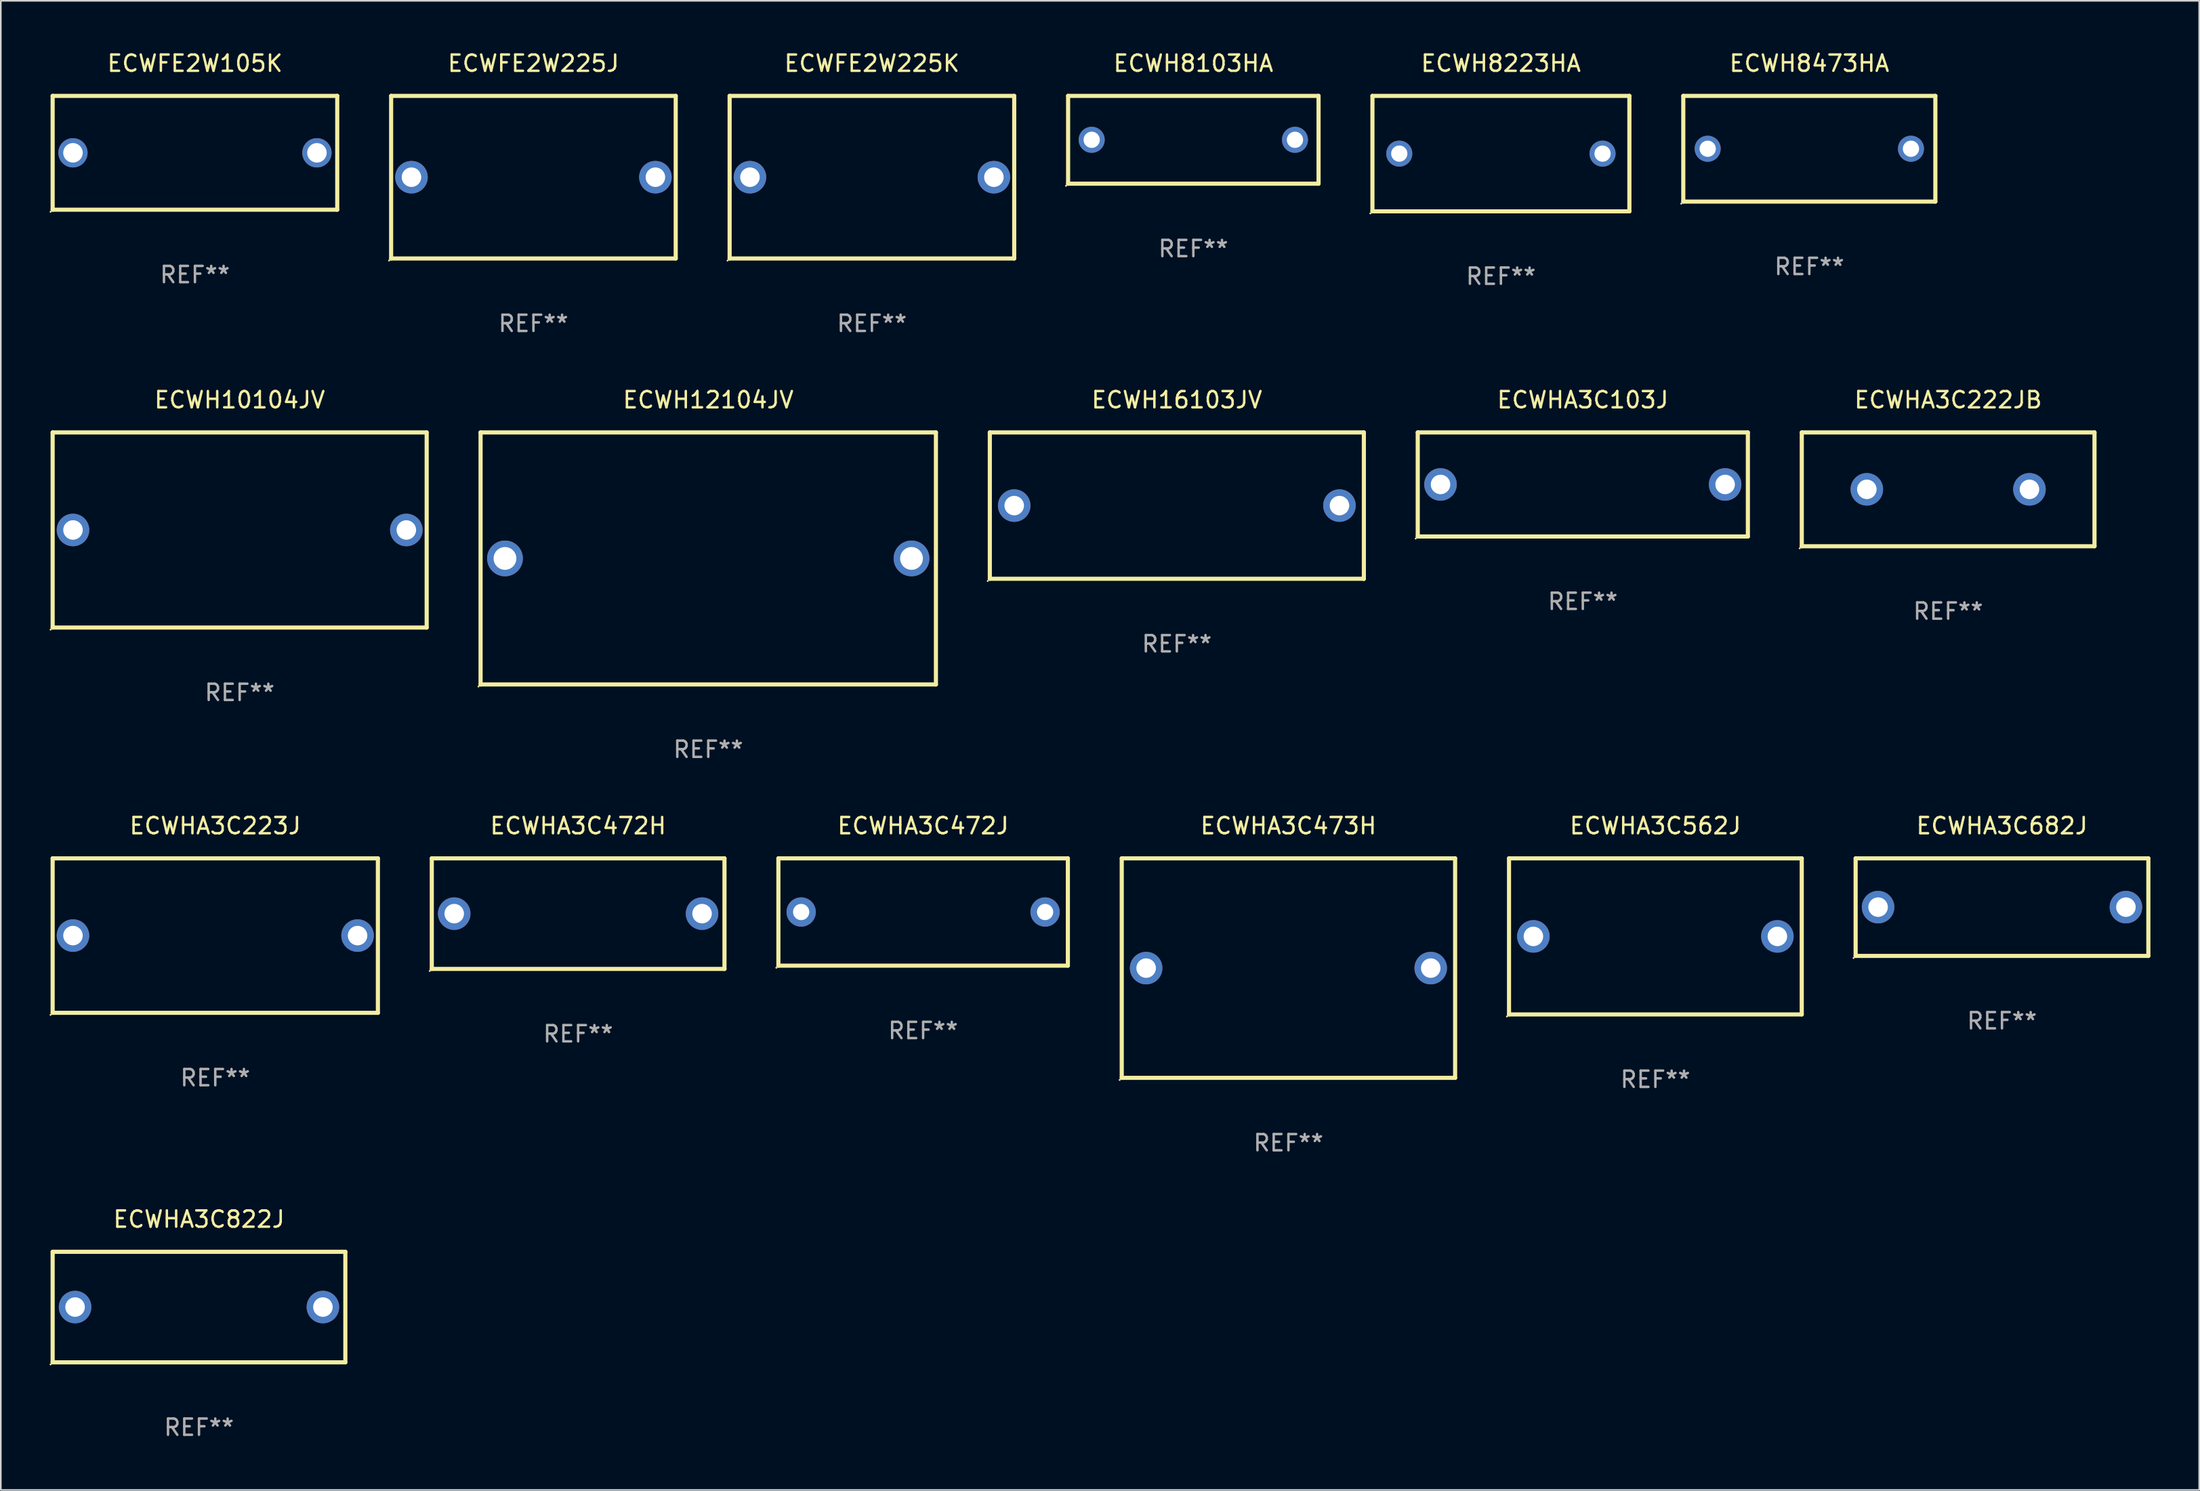
<source format=kicad_pcb>
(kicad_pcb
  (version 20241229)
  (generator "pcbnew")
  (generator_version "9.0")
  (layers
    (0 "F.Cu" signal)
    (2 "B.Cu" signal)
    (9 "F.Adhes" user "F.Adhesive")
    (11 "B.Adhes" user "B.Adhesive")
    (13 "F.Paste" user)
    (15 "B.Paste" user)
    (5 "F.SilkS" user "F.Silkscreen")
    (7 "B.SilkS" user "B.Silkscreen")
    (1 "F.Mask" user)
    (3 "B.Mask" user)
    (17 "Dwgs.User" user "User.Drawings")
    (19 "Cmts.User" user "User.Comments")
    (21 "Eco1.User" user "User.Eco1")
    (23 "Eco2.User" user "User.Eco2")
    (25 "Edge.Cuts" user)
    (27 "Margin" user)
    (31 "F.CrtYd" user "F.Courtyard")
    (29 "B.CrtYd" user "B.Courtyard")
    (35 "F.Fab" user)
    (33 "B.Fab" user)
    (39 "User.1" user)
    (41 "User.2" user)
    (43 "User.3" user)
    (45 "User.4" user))
  (footprint "ECWHA3C222JB"
    (layer "F.Cu")
    (at 116.743 27.045)
    (property "Reference" "ECWHA3C222JB" (at 0 -5.5 0) (layer "F.SilkS") (effects (font (size 1 1) (thickness 0.15))))
    (attr through_hole)
    (fp_line (start -9 -3.5) (end 9 -3.5) (stroke (width 0.254) (type solid)) (layer "F.SilkS"))
    (fp_line (start -9 3.5) (end -9 -3.5) (stroke (width 0.254) (type solid)) (layer "F.SilkS"))
    (fp_line (start 9 -3.5) (end 9 3.5) (stroke (width 0.254) (type solid)) (layer "F.SilkS"))
    (fp_line (start 9 3.5) (end -9 3.5) (stroke (width 0.254) (type solid)) (layer "F.SilkS"))
    (fp_circle (center -9.127 3.627) (end -9.097 3.627) (stroke (width 0.06) (type solid)) (fill no) (layer "F.SilkS"))
    (fp_text user "REF**" (at 0 7.5 0) (layer "F.Fab") (effects (font (size 1 1) (thickness 0.15))))
    (pad "1" thru_hole circle (at -5 0) (size 2 2) (drill 1.2) (layers "*.Cu" "*.Mask"))
    (pad "2" thru_hole circle (at 5 0) (size 2 2) (drill 1.2) (layers "*.Cu" "*.Mask")))
  (footprint "ECWHA3C472J"
    (layer "F.Cu")
    (at 53.714 53.041)
    (property "Reference" "ECWHA3C472J" (at 0 -5.3 0) (layer "F.SilkS") (effects (font (size 1 1) (thickness 0.15))))
    (attr through_hole)
    (fp_line (start -8.9 -3.3) (end -8.9 3.3) (stroke (width 0.254) (type solid)) (layer "F.SilkS"))
    (fp_line (start -8.9 -3.3) (end 8.9 -3.3) (stroke (width 0.254) (type solid)) (layer "F.SilkS"))
    (fp_line (start -8.9 3.3) (end 8.9 3.3) (stroke (width 0.254) (type solid)) (layer "F.SilkS"))
    (fp_line (start 8.9 -3.3) (end 8.9 3.3) (stroke (width 0.254) (type solid)) (layer "F.SilkS"))
    (fp_circle (center -9.027 3.427) (end -8.997 3.427) (stroke (width 0.06) (type solid)) (fill no) (layer "F.SilkS"))
    (fp_text user "REF**" (at 0 7.3 0) (layer "F.Fab") (effects (font (size 1 1) (thickness 0.15))))
    (pad "1" thru_hole circle (at -7.5 0) (size 1.8 1.8) (drill 1) (layers "*.Cu" "*.Mask"))
    (pad "2" thru_hole circle (at 7.5 0) (size 1.8 1.8) (drill 1) (layers "*.Cu" "*.Mask")))
  (footprint "ECWH8223HA"
    (layer "F.Cu")
    (at 89.243 6.398)
    (property "Reference" "ECWH8223HA" (at 0 -5.55 0) (layer "F.SilkS") (effects (font (size 1 1) (thickness 0.15))))
    (attr through_hole)
    (fp_line (start -7.9 -3.55) (end -7.9 3.55) (stroke (width 0.254) (type solid)) (layer "F.SilkS"))
    (fp_line (start -7.9 -3.55) (end 7.9 -3.55) (stroke (width 0.254) (type solid)) (layer "F.SilkS"))
    (fp_line (start -7.9 3.55) (end 7.9 3.55) (stroke (width 0.254) (type solid)) (layer "F.SilkS"))
    (fp_line (start 7.9 -3.55) (end 7.9 3.55) (stroke (width 0.254) (type solid)) (layer "F.SilkS"))
    (fp_circle (center -8.027 3.677) (end -7.997 3.677) (stroke (width 0.06) (type solid)) (fill no) (layer "F.SilkS"))
    (fp_text user "REF**" (at 0 7.55 0) (layer "F.Fab") (effects (font (size 1 1) (thickness 0.15))))
    (pad "1" thru_hole circle (at -6.25 0) (size 1.6 1.6) (drill 1) (layers "*.Cu" "*.Mask"))
    (pad "2" thru_hole circle (at 6.25 0) (size 1.6 1.6) (drill 1) (layers "*.Cu" "*.Mask")))
  (footprint "ECWFE2W105K"
    (layer "F.Cu")
    (at 8.937 6.348)
    (property "Reference" "ECWFE2W105K" (at 0 -5.5 0) (layer "F.SilkS") (effects (font (size 1 1) (thickness 0.15))))
    (attr through_hole)
    (fp_line (start -8.75 -3.5) (end 8.75 -3.5) (stroke (width 0.254) (type solid)) (layer "F.SilkS"))
    (fp_line (start -8.75 3.5) (end -8.75 -3.5) (stroke (width 0.254) (type solid)) (layer "F.SilkS"))
    (fp_line (start 8.75 -3.5) (end 8.75 3.5) (stroke (width 0.254) (type solid)) (layer "F.SilkS"))
    (fp_line (start 8.75 3.5) (end -8.75 3.5) (stroke (width 0.254) (type solid)) (layer "F.SilkS"))
    (fp_circle (center -8.877 3.627) (end -8.847 3.627) (stroke (width 0.06) (type solid)) (fill no) (layer "F.SilkS"))
    (fp_text user "REF**" (at 0 7.5 0) (layer "F.Fab") (effects (font (size 1 1) (thickness 0.15))))
    (pad "1" thru_hole circle (at -7.501 0) (size 1.8 1.8) (drill 1.2) (layers "*.Cu" "*.Mask"))
    (pad "2" thru_hole circle (at 7.501 0) (size 1.8 1.8) (drill 1.2) (layers "*.Cu" "*.Mask")))
  (footprint "ECWHA3C562J"
    (layer "F.Cu")
    (at 98.741 54.541)
    (property "Reference" "ECWHA3C562J" (at 0 -6.8 0) (layer "F.SilkS") (effects (font (size 1 1) (thickness 0.15))))
    (attr through_hole)
    (fp_line (start -9 -4.8) (end 9 -4.8) (stroke (width 0.254) (type solid)) (layer "F.SilkS"))
    (fp_line (start -9 4.8) (end -9 -4.8) (stroke (width 0.254) (type solid)) (layer "F.SilkS"))
    (fp_line (start 9 -4.8) (end 9 4.8) (stroke (width 0.254) (type solid)) (layer "F.SilkS"))
    (fp_line (start 9 4.8) (end -9 4.8) (stroke (width 0.254) (type solid)) (layer "F.SilkS"))
    (fp_circle (center -9.127 4.927) (end -9.097 4.927) (stroke (width 0.06) (type solid)) (fill no) (layer "F.SilkS"))
    (fp_text user "REF**" (at 0 8.8 0) (layer "F.Fab") (effects (font (size 1 1) (thickness 0.15))))
    (pad "1" thru_hole circle (at -7.501 0) (size 2 2) (drill 1.2) (layers "*.Cu" "*.Mask"))
    (pad "2" thru_hole circle (at 7.501 0) (size 2 2) (drill 1.2) (layers "*.Cu" "*.Mask")))
  (footprint "ECWHA3C822J"
    (layer "F.Cu")
    (at 9.186 77.338)
    (property "Reference" "ECWHA3C822J" (at 0 -5.4 0) (layer "F.SilkS") (effects (font (size 1 1) (thickness 0.15))))
    (attr through_hole)
    (fp_line (start -8.999 -3.4) (end 8.999 -3.4) (stroke (width 0.254) (type solid)) (layer "F.SilkS"))
    (fp_line (start -8.999 3.4) (end -8.999 -3.4) (stroke (width 0.254) (type solid)) (layer "F.SilkS"))
    (fp_line (start 8.999 -3.4) (end 8.999 3.4) (stroke (width 0.254) (type solid)) (layer "F.SilkS"))
    (fp_line (start 8.999 3.4) (end -8.999 3.4) (stroke (width 0.254) (type solid)) (layer "F.SilkS"))
    (fp_circle (center -9.126 3.527) (end -9.096 3.527) (stroke (width 0.06) (type solid)) (fill no) (layer "F.SilkS"))
    (fp_text user "REF**" (at 0 7.4 0) (layer "F.Fab") (effects (font (size 1 1) (thickness 0.15))))
    (pad "1" thru_hole circle (at -7.62 0) (size 2 2) (drill 1.2) (layers "*.Cu" "*.Mask"))
    (pad "2" thru_hole circle (at 7.62 0) (size 2 2) (drill 1.2) (layers "*.Cu" "*.Mask")))
  (footprint "ECWH12104JV"
    (layer "F.Cu")
    (at 40.501 31.295)
    (property "Reference" "ECWH12104JV" (at 0 -9.75 0) (layer "F.SilkS") (effects (font (size 1 1) (thickness 0.15))))
    (attr through_hole)
    (fp_line (start -14 -7.75) (end 14 -7.75) (stroke (width 0.254) (type solid)) (layer "F.SilkS"))
    (fp_line (start -14 7.75) (end -14 -7.75) (stroke (width 0.254) (type solid)) (layer "F.SilkS"))
    (fp_line (start 14 -7.75) (end 14 7.75) (stroke (width 0.254) (type solid)) (layer "F.SilkS"))
    (fp_line (start 14 7.75) (end -14 7.75) (stroke (width 0.254) (type solid)) (layer "F.SilkS"))
    (fp_circle (center -14.127 7.877) (end -14.097 7.877) (stroke (width 0.06) (type solid)) (fill no) (layer "F.SilkS"))
    (fp_text user "REF**" (at 0 11.75 0) (layer "F.Fab") (effects (font (size 1 1) (thickness 0.15))))
    (pad "1" thru_hole circle (at -12.499 -0.000013) (size 2.2 2.2) (drill 1.4) (layers "*.Cu" "*.Mask"))
    (pad "2" thru_hole circle (at 12.499 -0.000013) (size 2.2 2.2) (drill 1.4) (layers "*.Cu" "*.Mask")))
  (footprint "ECWH16103JV"
    (layer "F.Cu")
    (at 69.315 28.05)
    (property "Reference" "ECWH16103JV" (at 0 -6.505 0) (layer "F.SilkS") (effects (font (size 1 1) (thickness 0.15))))
    (attr through_hole)
    (fp_line (start -11.5 -4.505) (end -11.5 4.495) (stroke (width 0.254) (type solid)) (layer "F.SilkS"))
    (fp_line (start -11.5 -4.505) (end 11.5 -4.505) (stroke (width 0.254) (type solid)) (layer "F.SilkS"))
    (fp_line (start -11.5 4.495) (end 11.5 4.495) (stroke (width 0.254) (type solid)) (layer "F.SilkS"))
    (fp_line (start 11.5 -4.505) (end 11.5 4.505) (stroke (width 0.254) (type solid)) (layer "F.SilkS"))
    (fp_circle (center -11.627 4.632) (end -11.597 4.632) (stroke (width 0.06) (type solid)) (fill no) (layer "F.SilkS"))
    (fp_text user "REF**" (at 0 8.505 0) (layer "F.Fab") (effects (font (size 1 1) (thickness 0.15))))
    (pad "1" thru_hole circle (at -10 -0.005) (size 2 2) (drill 1.2) (layers "*.Cu" "*.Mask"))
    (pad "2" thru_hole circle (at 10 -0.005) (size 2 2) (drill 1.2) (layers "*.Cu" "*.Mask")))
  (footprint "ECWFE2W225K"
    (layer "F.Cu")
    (at 50.565 7.848)
    (property "Reference" "ECWFE2W225K" (at 0 -7 0) (layer "F.SilkS") (effects (font (size 1 1) (thickness 0.15))))
    (attr through_hole)
    (fp_line (start -8.75 -5) (end 8.75 -5) (stroke (width 0.254) (type solid)) (layer "F.SilkS"))
    (fp_line (start -8.75 5) (end -8.75 -5) (stroke (width 0.254) (type solid)) (layer "F.SilkS"))
    (fp_line (start 8.75 -5) (end 8.75 5) (stroke (width 0.254) (type solid)) (layer "F.SilkS"))
    (fp_line (start 8.75 5) (end -8.75 5) (stroke (width 0.254) (type solid)) (layer "F.SilkS"))
    (fp_circle (center -8.877 5.127) (end -8.847 5.127) (stroke (width 0.06) (type solid)) (fill no) (layer "F.SilkS"))
    (fp_text user "REF**" (at 0 9 0) (layer "F.Fab") (effects (font (size 1 1) (thickness 0.15))))
    (pad "1" thru_hole circle (at -7.5 0) (size 2 2) (drill 1.2) (layers "*.Cu" "*.Mask"))
    (pad "2" thru_hole circle (at 7.5 0) (size 2 2) (drill 1.2) (layers "*.Cu" "*.Mask")))
  (footprint "ECWHA3C103J"
    (layer "F.Cu")
    (at 94.279 26.745)
    (property "Reference" "ECWHA3C103J" (at 0 -5.2 0) (layer "F.SilkS") (effects (font (size 1 1) (thickness 0.15))))
    (attr through_hole)
    (fp_line (start -10.15 -3.2) (end 10.15 -3.2) (stroke (width 0.254) (type solid)) (layer "F.SilkS"))
    (fp_line (start -10.15 3.2) (end -10.15 -3.2) (stroke (width 0.254) (type solid)) (layer "F.SilkS"))
    (fp_line (start 10.15 -3.2) (end 10.15 3.2) (stroke (width 0.254) (type solid)) (layer "F.SilkS"))
    (fp_line (start 10.15 3.2) (end -10.15 3.2) (stroke (width 0.254) (type solid)) (layer "F.SilkS"))
    (fp_circle (center -10.277 3.327) (end -10.247 3.327) (stroke (width 0.06) (type solid)) (fill no) (layer "F.SilkS"))
    (fp_text user "REF**" (at 0 7.2 0) (layer "F.Fab") (effects (font (size 1 1) (thickness 0.15))))
    (pad "1" thru_hole circle (at -8.75 0) (size 2 2) (drill 1.2) (layers "*.Cu" "*.Mask"))
    (pad "2" thru_hole circle (at 8.75 0) (size 2 2) (drill 1.2) (layers "*.Cu" "*.Mask")))
  (footprint "ECWH10104JV"
    (layer "F.Cu")
    (at 11.687 29.545)
    (property "Reference" "ECWH10104JV" (at 0 -8 0) (layer "F.SilkS") (effects (font (size 1 1) (thickness 0.15))))
    (attr through_hole)
    (fp_line (start -11.5 -6) (end 11.5 -6) (stroke (width 0.254) (type solid)) (layer "F.SilkS"))
    (fp_line (start -11.5 6) (end -11.5 -6) (stroke (width 0.254) (type solid)) (layer "F.SilkS"))
    (fp_line (start 11.5 -6) (end 11.5 6) (stroke (width 0.254) (type solid)) (layer "F.SilkS"))
    (fp_line (start 11.5 6) (end -11.5 6) (stroke (width 0.254) (type solid)) (layer "F.SilkS"))
    (fp_circle (center -11.627 6.127) (end -11.597 6.127) (stroke (width 0.06) (type solid)) (fill no) (layer "F.SilkS"))
    (fp_text user "REF**" (at 0 10 0) (layer "F.Fab") (effects (font (size 1 1) (thickness 0.15))))
    (pad "1" thru_hole circle (at -10.249 0) (size 2 2) (drill 1.2) (layers "*.Cu" "*.Mask"))
    (pad "2" thru_hole circle (at 10.249 0) (size 2 2) (drill 1.2) (layers "*.Cu" "*.Mask")))
  (footprint "ECWH8103HA"
    (layer "F.Cu")
    (at 70.329 5.548)
    (property "Reference" "ECWH8103HA" (at 0 -4.7 0) (layer "F.SilkS") (effects (font (size 1 1) (thickness 0.15))))
    (attr through_hole)
    (fp_line (start -7.7 -2.7) (end -7.7 2.7) (stroke (width 0.254) (type solid)) (layer "F.SilkS"))
    (fp_line (start -7.7 -2.7) (end 7.7 -2.7) (stroke (width 0.254) (type solid)) (layer "F.SilkS"))
    (fp_line (start -7.7 2.7) (end 7.7 2.7) (stroke (width 0.254) (type solid)) (layer "F.SilkS"))
    (fp_line (start 7.7 -2.7) (end 7.7 2.7) (stroke (width 0.254) (type solid)) (layer "F.SilkS"))
    (fp_circle (center -7.827 2.827) (end -7.797 2.827) (stroke (width 0.06) (type solid)) (fill no) (layer "F.SilkS"))
    (fp_text user "REF**" (at 0 6.7 0) (layer "F.Fab") (effects (font (size 1 1) (thickness 0.15))))
    (pad "1" thru_hole circle (at -6.25 0) (size 1.6 1.6) (drill 1) (layers "*.Cu" "*.Mask"))
    (pad "2" thru_hole circle (at 6.25 0) (size 1.6 1.6) (drill 1) (layers "*.Cu" "*.Mask")))
  (footprint "ECWHA3C472H"
    (layer "F.Cu")
    (at 32.5 53.141)
    (property "Reference" "ECWHA3C472H" (at 0 -5.4 0) (layer "F.SilkS") (effects (font (size 1 1) (thickness 0.15))))
    (attr through_hole)
    (fp_line (start -8.999 -3.4) (end 8.999 -3.4) (stroke (width 0.254) (type solid)) (layer "F.SilkS"))
    (fp_line (start -8.999 3.4) (end -8.999 -3.4) (stroke (width 0.254) (type solid)) (layer "F.SilkS"))
    (fp_line (start 8.999 -3.4) (end 8.999 3.4) (stroke (width 0.254) (type solid)) (layer "F.SilkS"))
    (fp_line (start 8.999 3.4) (end -8.999 3.4) (stroke (width 0.254) (type solid)) (layer "F.SilkS"))
    (fp_circle (center -9.126 3.527) (end -9.096 3.527) (stroke (width 0.06) (type solid)) (fill no) (layer "F.SilkS"))
    (fp_text user "REF**" (at 0 7.4 0) (layer "F.Fab") (effects (font (size 1 1) (thickness 0.15))))
    (pad "1" thru_hole circle (at -7.62 0) (size 2 2) (drill 1.2) (layers "*.Cu" "*.Mask"))
    (pad "2" thru_hole circle (at 7.62 0) (size 2 2) (drill 1.2) (layers "*.Cu" "*.Mask")))
  (footprint "ECWHA3C682J"
    (layer "F.Cu")
    (at 120.055 52.741)
    (property "Reference" "ECWHA3C682J" (at 0 -5 0) (layer "F.SilkS") (effects (font (size 1 1) (thickness 0.15))))
    (attr through_hole)
    (fp_line (start -9 -3) (end 9 -3) (stroke (width 0.254) (type solid)) (layer "F.SilkS"))
    (fp_line (start -9 3) (end -9 -3) (stroke (width 0.254) (type solid)) (layer "F.SilkS"))
    (fp_line (start 9 -3) (end 9 3) (stroke (width 0.254) (type solid)) (layer "F.SilkS"))
    (fp_line (start 9 3) (end -9 3) (stroke (width 0.254) (type solid)) (layer "F.SilkS"))
    (fp_circle (center -9.127 3.127) (end -9.097 3.127) (stroke (width 0.06) (type solid)) (fill no) (layer "F.SilkS"))
    (fp_text user "REF**" (at 0 7 0) (layer "F.Fab") (effects (font (size 1 1) (thickness 0.15))))
    (pad "1" thru_hole circle (at -7.62 0) (size 2 2) (drill 1.2) (layers "*.Cu" "*.Mask"))
    (pad "2" thru_hole circle (at 7.62 0) (size 2 2) (drill 1.2) (layers "*.Cu" "*.Mask")))
  (footprint "ECWFE2W225J"
    (layer "F.Cu")
    (at 29.751 7.848)
    (property "Reference" "ECWFE2W225J" (at 0 -7 0) (layer "F.SilkS") (effects (font (size 1 1) (thickness 0.15))))
    (attr through_hole)
    (fp_line (start -8.75 -5) (end 8.75 -5) (stroke (width 0.254) (type solid)) (layer "F.SilkS"))
    (fp_line (start -8.75 5) (end -8.75 -5) (stroke (width 0.254) (type solid)) (layer "F.SilkS"))
    (fp_line (start 8.75 -5) (end 8.75 5) (stroke (width 0.254) (type solid)) (layer "F.SilkS"))
    (fp_line (start 8.75 5) (end -8.75 5) (stroke (width 0.254) (type solid)) (layer "F.SilkS"))
    (fp_circle (center -8.877 5.127) (end -8.847 5.127) (stroke (width 0.06) (type solid)) (fill no) (layer "F.SilkS"))
    (fp_text user "REF**" (at 0 9 0) (layer "F.Fab") (effects (font (size 1 1) (thickness 0.15))))
    (pad "1" thru_hole circle (at -7.5 0) (size 2 2) (drill 1.2) (layers "*.Cu" "*.Mask"))
    (pad "2" thru_hole circle (at 7.5 0) (size 2 2) (drill 1.2) (layers "*.Cu" "*.Mask")))
  (footprint "ECWHA3C223J"
    (layer "F.Cu")
    (at 10.187 54.491)
    (property "Reference" "ECWHA3C223J" (at 0 -6.75 0) (layer "F.SilkS") (effects (font (size 1 1) (thickness 0.15))))
    (attr through_hole)
    (fp_line (start -10 -4.75) (end 10 -4.75) (stroke (width 0.254) (type solid)) (layer "F.SilkS"))
    (fp_line (start -10 4.75) (end -10 -4.75) (stroke (width 0.254) (type solid)) (layer "F.SilkS"))
    (fp_line (start 10 -4.75) (end 10 4.75) (stroke (width 0.254) (type solid)) (layer "F.SilkS"))
    (fp_line (start 10 4.75) (end -10 4.75) (stroke (width 0.254) (type solid)) (layer "F.SilkS"))
    (fp_circle (center -10.127 4.877) (end -10.097 4.877) (stroke (width 0.06) (type solid)) (fill no) (layer "F.SilkS"))
    (fp_text user "REF**" (at 0 8.75 0) (layer "F.Fab") (effects (font (size 1 1) (thickness 0.15))))
    (pad "1" thru_hole circle (at -8.75 0) (size 2 2) (drill 1.2) (layers "*.Cu" "*.Mask"))
    (pad "2" thru_hole circle (at 8.75 0) (size 2 2) (drill 1.2) (layers "*.Cu" "*.Mask")))
  (footprint "ECWH8473HA"
    (layer "F.Cu")
    (at 108.207 6.098)
    (property "Reference" "ECWH8473HA" (at 0 -5.25 0) (layer "F.SilkS") (effects (font (size 1 1) (thickness 0.15))))
    (attr through_hole)
    (fp_line (start -7.75 -3.25) (end 7.75 -3.25) (stroke (width 0.254) (type solid)) (layer "F.SilkS"))
    (fp_line (start -7.75 3.25) (end -7.75 -3.25) (stroke (width 0.254) (type solid)) (layer "F.SilkS"))
    (fp_line (start 7.75 -3.25) (end 7.75 3.25) (stroke (width 0.254) (type solid)) (layer "F.SilkS"))
    (fp_line (start 7.75 3.25) (end -7.75 3.25) (stroke (width 0.254) (type solid)) (layer "F.SilkS"))
    (fp_circle (center -7.877 3.377) (end -7.847 3.377) (stroke (width 0.06) (type solid)) (fill no) (layer "F.SilkS"))
    (fp_text user "REF**" (at 0 7.25 0) (layer "F.Fab") (effects (font (size 1 1) (thickness 0.15))))
    (pad "1" thru_hole circle (at -6.25 -0.000013) (size 1.6 1.6) (drill 1) (layers "*.Cu" "*.Mask"))
    (pad "2" thru_hole circle (at 6.25 -0.000013) (size 1.6 1.6) (drill 1) (layers "*.Cu" "*.Mask")))
  (footprint "ECWHA3C473H"
    (layer "F.Cu")
    (at 76.177 56.491)
    (property "Reference" "ECWHA3C473H" (at 0 -8.75 0) (layer "F.SilkS") (effects (font (size 1 1) (thickness 0.15))))
    (attr through_hole)
    (fp_line (start -10.25 -6.75) (end 10.25 -6.75) (stroke (width 0.254) (type solid)) (layer "F.SilkS"))
    (fp_line (start -10.25 6.75) (end -10.25 -6.75) (stroke (width 0.254) (type solid)) (layer "F.SilkS"))
    (fp_line (start 10.25 -6.75) (end 10.25 6.75) (stroke (width 0.254) (type solid)) (layer "F.SilkS"))
    (fp_line (start 10.25 6.75) (end -10.25 6.75) (stroke (width 0.254) (type solid)) (layer "F.SilkS"))
    (fp_circle (center -10.377 6.877) (end -10.347 6.877) (stroke (width 0.06) (type solid)) (fill no) (layer "F.SilkS"))
    (fp_text user "REF**" (at 0 10.75 0) (layer "F.Fab") (effects (font (size 1 1) (thickness 0.15))))
    (pad "1" thru_hole circle (at -8.75 0) (size 2 2) (drill 1.2) (layers "*.Cu" "*.Mask"))
    (pad "2" thru_hole circle (at 8.75 0) (size 2 2) (drill 1.2) (layers "*.Cu" "*.Mask")))
  (gr_rect
    (start -3 -3)
    (end 132.182 88.586)
    (stroke (width 0.1) (type default))
    (fill no)
    (layer "Edge.Cuts")))
</source>
